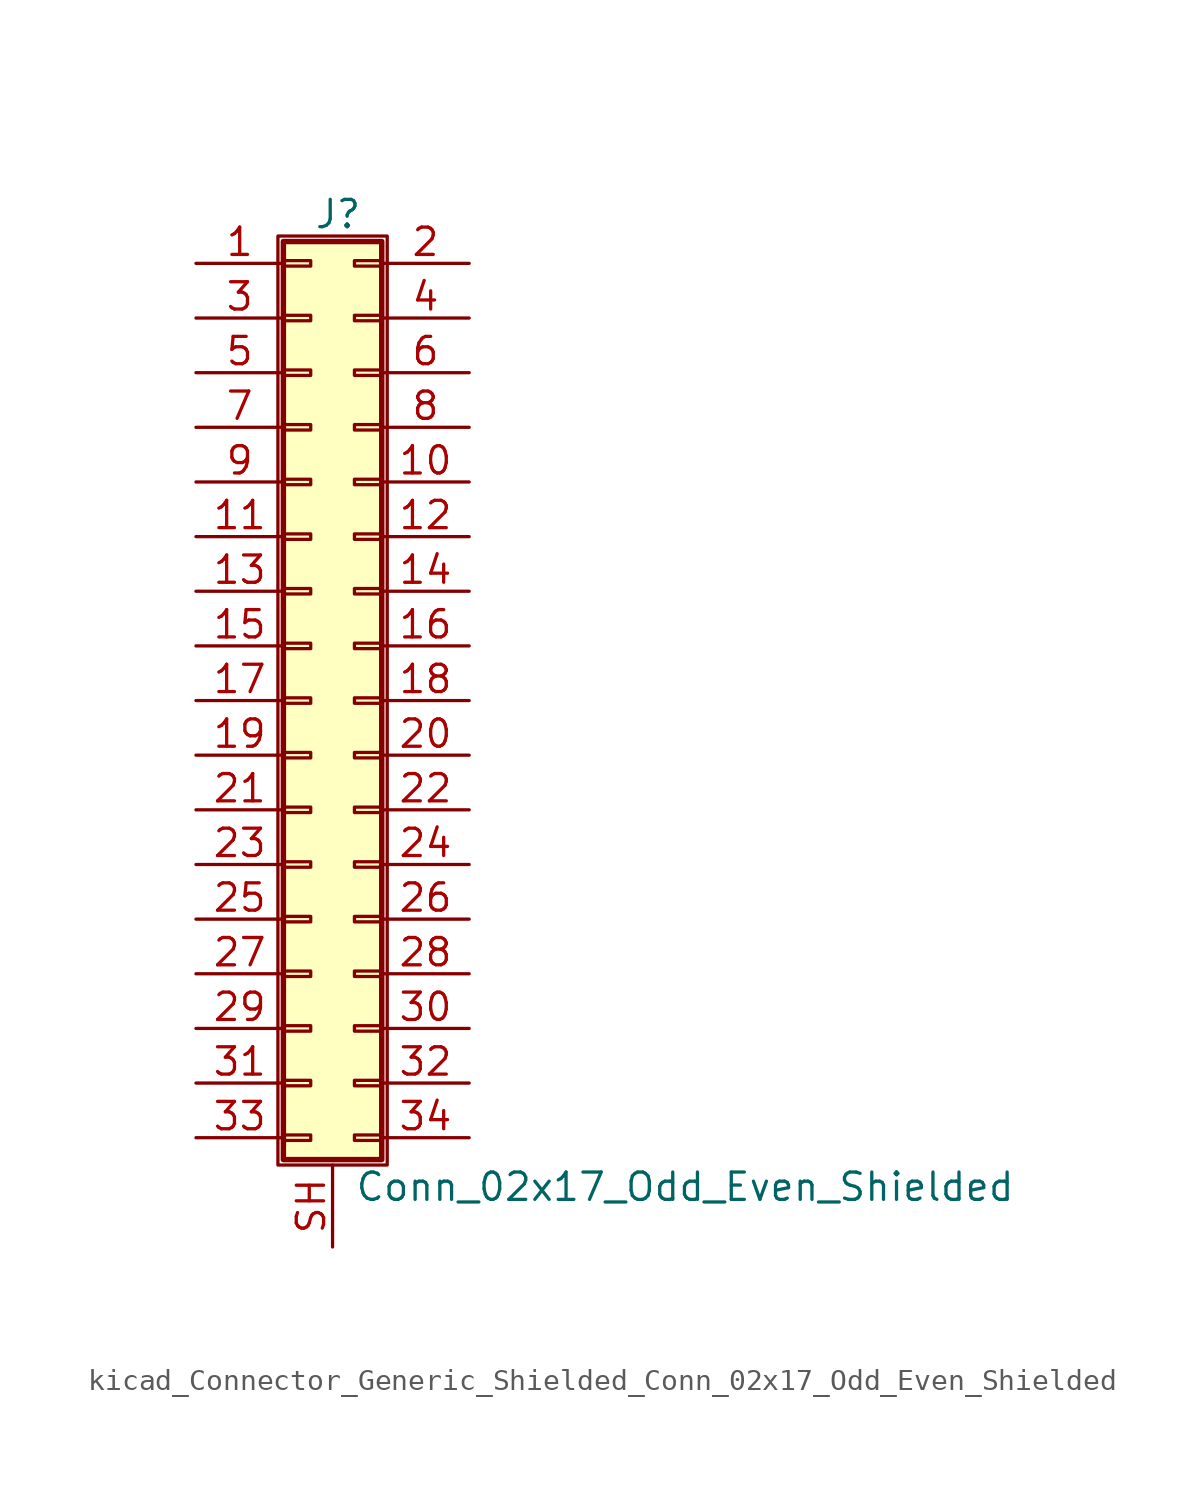
<source format=kicad_sym>
(kicad_symbol_lib
  (version 20220914)
  (generator kicad_symbol_editor)
  (symbol "kicad_Connector_Generic_Shielded_Conn_02x17_Odd_Even_Shielded"
    (pin_names
      (offset 1.016) hide)
    (property "Reference" "J"
      (at 1.524 22.606 0)
      (effects (font (size 1.27 1.27))))
    (property "Value" "Conn_02x17_Odd_Even_Shielded"
      (at 2.286 -22.606 0)
      (effects (font (size 1.27 1.27)) (justify left)))
    (symbol "kicad_Connector_Generic_Shielded_Conn_02x17_Odd_Even_Shielded_1_1"
      (rectangle (start -1.27 21.59) (end 3.81 -21.59) (stroke (width 0.152) (type default)) (fill (type none)))
      (rectangle (start -1.016 -20.193) (end 0.254 -20.447) (stroke (width 0.152) (type default)) (fill (type none)))
      (rectangle (start -1.016 -17.653) (end 0.254 -17.907) (stroke (width 0.152) (type default)) (fill (type none)))
      (rectangle (start -1.016 -15.113) (end 0.254 -15.367) (stroke (width 0.152) (type default)) (fill (type none)))
      (rectangle (start -1.016 -12.573) (end 0.254 -12.827) (stroke (width 0.152) (type default)) (fill (type none)))
      (rectangle (start -1.016 -10.033) (end 0.254 -10.287) (stroke (width 0.152) (type default)) (fill (type none)))
      (rectangle (start -1.016 -7.493) (end 0.254 -7.747) (stroke (width 0.152) (type default)) (fill (type none)))
      (rectangle (start -1.016 -4.953) (end 0.254 -5.207) (stroke (width 0.152) (type default)) (fill (type none)))
      (rectangle (start -1.016 -2.413) (end 0.254 -2.667) (stroke (width 0.152) (type default)) (fill (type none)))
      (rectangle (start -1.016 0.127) (end 0.254 -0.127) (stroke (width 0.152) (type default)) (fill (type none)))
      (rectangle (start -1.016 2.667) (end 0.254 2.413) (stroke (width 0.152) (type default)) (fill (type none)))
      (rectangle (start -1.016 5.207) (end 0.254 4.953) (stroke (width 0.152) (type default)) (fill (type none)))
      (rectangle (start -1.016 7.747) (end 0.254 7.493) (stroke (width 0.152) (type default)) (fill (type none)))
      (rectangle (start -1.016 10.287) (end 0.254 10.033) (stroke (width 0.152) (type default)) (fill (type none)))
      (rectangle (start -1.016 12.827) (end 0.254 12.573) (stroke (width 0.152) (type default)) (fill (type none)))
      (rectangle (start -1.016 15.367) (end 0.254 15.113) (stroke (width 0.152) (type default)) (fill (type none)))
      (rectangle (start -1.016 17.907) (end 0.254 17.653) (stroke (width 0.152) (type default)) (fill (type none)))
      (rectangle (start -1.016 20.447) (end 0.254 20.193) (stroke (width 0.152) (type default)) (fill (type none)))
      (rectangle (start -1.016 21.336) (end 3.556 -21.336) (stroke (width 0.254) (type default)) (fill (type background)))
      (rectangle (start 3.556 -20.193) (end 2.286 -20.447) (stroke (width 0.152) (type default)) (fill (type none)))
      (rectangle (start 3.556 -17.653) (end 2.286 -17.907) (stroke (width 0.152) (type default)) (fill (type none)))
      (rectangle (start 3.556 -15.113) (end 2.286 -15.367) (stroke (width 0.152) (type default)) (fill (type none)))
      (rectangle (start 3.556 -12.573) (end 2.286 -12.827) (stroke (width 0.152) (type default)) (fill (type none)))
      (rectangle (start 3.556 -10.033) (end 2.286 -10.287) (stroke (width 0.152) (type default)) (fill (type none)))
      (rectangle (start 3.556 -7.493) (end 2.286 -7.747) (stroke (width 0.152) (type default)) (fill (type none)))
      (rectangle (start 3.556 -4.953) (end 2.286 -5.207) (stroke (width 0.152) (type default)) (fill (type none)))
      (rectangle (start 3.556 -2.413) (end 2.286 -2.667) (stroke (width 0.152) (type default)) (fill (type none)))
      (rectangle (start 3.556 0.127) (end 2.286 -0.127) (stroke (width 0.152) (type default)) (fill (type none)))
      (rectangle (start 3.556 2.667) (end 2.286 2.413) (stroke (width 0.152) (type default)) (fill (type none)))
      (rectangle (start 3.556 5.207) (end 2.286 4.953) (stroke (width 0.152) (type default)) (fill (type none)))
      (rectangle (start 3.556 7.747) (end 2.286 7.493) (stroke (width 0.152) (type default)) (fill (type none)))
      (rectangle (start 3.556 10.287) (end 2.286 10.033) (stroke (width 0.152) (type default)) (fill (type none)))
      (rectangle (start 3.556 12.827) (end 2.286 12.573) (stroke (width 0.152) (type default)) (fill (type none)))
      (rectangle (start 3.556 15.367) (end 2.286 15.113) (stroke (width 0.152) (type default)) (fill (type none)))
      (rectangle (start 3.556 17.907) (end 2.286 17.653) (stroke (width 0.152) (type default)) (fill (type none)))
      (rectangle (start 3.556 20.447) (end 2.286 20.193) (stroke (width 0.152) (type default)) (fill (type none)))
      (pin passive line (at -5.08 20.32 0) (length 4.064) (name "Pin_1" (effects (font (size 1.27 1.27)))) (number "1" (effects (font (size 1.27 1.27)))))
      (pin passive line (at 7.62 10.16 180) (length 4.064) (name "Pin_10" (effects (font (size 1.27 1.27)))) (number "10" (effects (font (size 1.27 1.27)))))
      (pin passive line (at -5.08 7.62 0) (length 4.064) (name "Pin_11" (effects (font (size 1.27 1.27)))) (number "11" (effects (font (size 1.27 1.27)))))
      (pin passive line (at 7.62 7.62 180) (length 4.064) (name "Pin_12" (effects (font (size 1.27 1.27)))) (number "12" (effects (font (size 1.27 1.27)))))
      (pin passive line (at -5.08 5.08 0) (length 4.064) (name "Pin_13" (effects (font (size 1.27 1.27)))) (number "13" (effects (font (size 1.27 1.27)))))
      (pin passive line (at 7.62 5.08 180) (length 4.064) (name "Pin_14" (effects (font (size 1.27 1.27)))) (number "14" (effects (font (size 1.27 1.27)))))
      (pin passive line (at -5.08 2.54 0) (length 4.064) (name "Pin_15" (effects (font (size 1.27 1.27)))) (number "15" (effects (font (size 1.27 1.27)))))
      (pin passive line (at 7.62 2.54 180) (length 4.064) (name "Pin_16" (effects (font (size 1.27 1.27)))) (number "16" (effects (font (size 1.27 1.27)))))
      (pin passive line (at -5.08 0 0) (length 4.064) (name "Pin_17" (effects (font (size 1.27 1.27)))) (number "17" (effects (font (size 1.27 1.27)))))
      (pin passive line (at 7.62 0 180) (length 4.064) (name "Pin_18" (effects (font (size 1.27 1.27)))) (number "18" (effects (font (size 1.27 1.27)))))
      (pin passive line (at -5.08 -2.54 0) (length 4.064) (name "Pin_19" (effects (font (size 1.27 1.27)))) (number "19" (effects (font (size 1.27 1.27)))))
      (pin passive line (at 7.62 20.32 180) (length 4.064) (name "Pin_2" (effects (font (size 1.27 1.27)))) (number "2" (effects (font (size 1.27 1.27)))))
      (pin passive line (at 7.62 -2.54 180) (length 4.064) (name "Pin_20" (effects (font (size 1.27 1.27)))) (number "20" (effects (font (size 1.27 1.27)))))
      (pin passive line (at -5.08 -5.08 0) (length 4.064) (name "Pin_21" (effects (font (size 1.27 1.27)))) (number "21" (effects (font (size 1.27 1.27)))))
      (pin passive line (at 7.62 -5.08 180) (length 4.064) (name "Pin_22" (effects (font (size 1.27 1.27)))) (number "22" (effects (font (size 1.27 1.27)))))
      (pin passive line (at -5.08 -7.62 0) (length 4.064) (name "Pin_23" (effects (font (size 1.27 1.27)))) (number "23" (effects (font (size 1.27 1.27)))))
      (pin passive line (at 7.62 -7.62 180) (length 4.064) (name "Pin_24" (effects (font (size 1.27 1.27)))) (number "24" (effects (font (size 1.27 1.27)))))
      (pin passive line (at -5.08 -10.16 0) (length 4.064) (name "Pin_25" (effects (font (size 1.27 1.27)))) (number "25" (effects (font (size 1.27 1.27)))))
      (pin passive line (at 7.62 -10.16 180) (length 4.064) (name "Pin_26" (effects (font (size 1.27 1.27)))) (number "26" (effects (font (size 1.27 1.27)))))
      (pin passive line (at -5.08 -12.7 0) (length 4.064) (name "Pin_27" (effects (font (size 1.27 1.27)))) (number "27" (effects (font (size 1.27 1.27)))))
      (pin passive line (at 7.62 -12.7 180) (length 4.064) (name "Pin_28" (effects (font (size 1.27 1.27)))) (number "28" (effects (font (size 1.27 1.27)))))
      (pin passive line (at -5.08 -15.24 0) (length 4.064) (name "Pin_29" (effects (font (size 1.27 1.27)))) (number "29" (effects (font (size 1.27 1.27)))))
      (pin passive line (at -5.08 17.78 0) (length 4.064) (name "Pin_3" (effects (font (size 1.27 1.27)))) (number "3" (effects (font (size 1.27 1.27)))))
      (pin passive line (at 7.62 -15.24 180) (length 4.064) (name "Pin_30" (effects (font (size 1.27 1.27)))) (number "30" (effects (font (size 1.27 1.27)))))
      (pin passive line (at -5.08 -17.78 0) (length 4.064) (name "Pin_31" (effects (font (size 1.27 1.27)))) (number "31" (effects (font (size 1.27 1.27)))))
      (pin passive line (at 7.62 -17.78 180) (length 4.064) (name "Pin_32" (effects (font (size 1.27 1.27)))) (number "32" (effects (font (size 1.27 1.27)))))
      (pin passive line (at -5.08 -20.32 0) (length 4.064) (name "Pin_33" (effects (font (size 1.27 1.27)))) (number "33" (effects (font (size 1.27 1.27)))))
      (pin passive line (at 7.62 -20.32 180) (length 4.064) (name "Pin_34" (effects (font (size 1.27 1.27)))) (number "34" (effects (font (size 1.27 1.27)))))
      (pin passive line (at 7.62 17.78 180) (length 4.064) (name "Pin_4" (effects (font (size 1.27 1.27)))) (number "4" (effects (font (size 1.27 1.27)))))
      (pin passive line (at -5.08 15.24 0) (length 4.064) (name "Pin_5" (effects (font (size 1.27 1.27)))) (number "5" (effects (font (size 1.27 1.27)))))
      (pin passive line (at 7.62 15.24 180) (length 4.064) (name "Pin_6" (effects (font (size 1.27 1.27)))) (number "6" (effects (font (size 1.27 1.27)))))
      (pin passive line (at -5.08 12.7 0) (length 4.064) (name "Pin_7" (effects (font (size 1.27 1.27)))) (number "7" (effects (font (size 1.27 1.27)))))
      (pin passive line (at 7.62 12.7 180) (length 4.064) (name "Pin_8" (effects (font (size 1.27 1.27)))) (number "8" (effects (font (size 1.27 1.27)))))
      (pin passive line (at -5.08 10.16 0) (length 4.064) (name "Pin_9" (effects (font (size 1.27 1.27)))) (number "9" (effects (font (size 1.27 1.27)))))
      (pin passive line (at 1.27 -25.4 90) (length 3.81) (name "Shield" (effects (font (size 1.27 1.27)))) (number "SH" (effects (font (size 1.27 1.27))))))))
</source>
